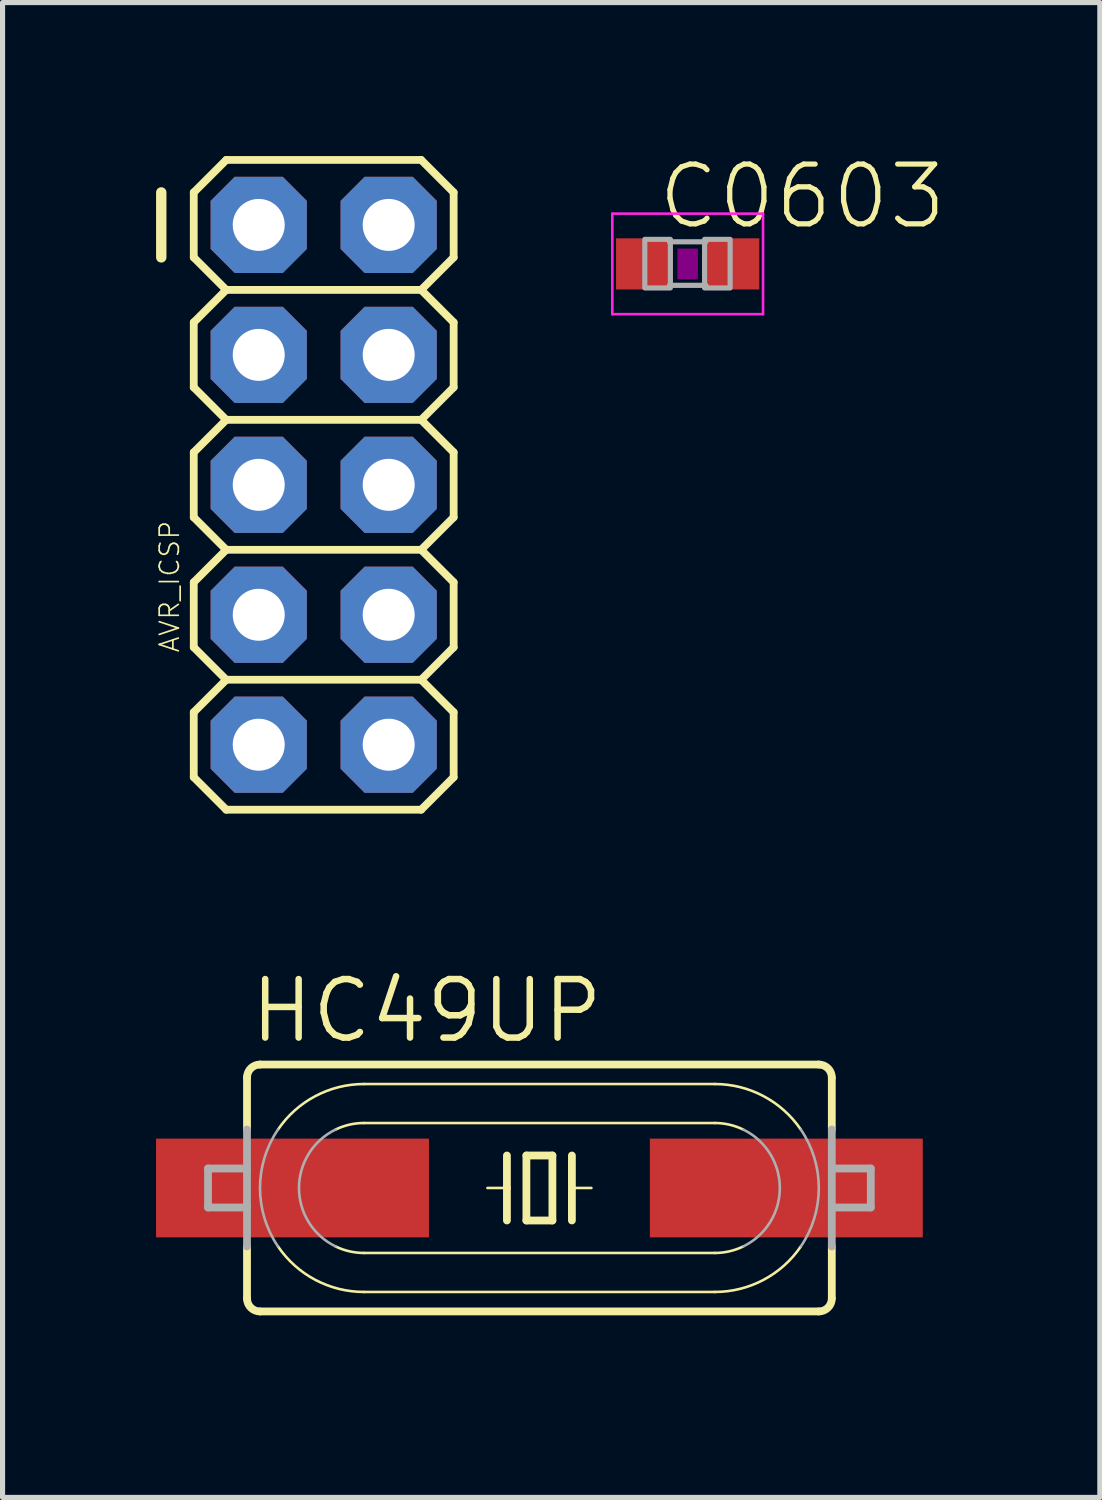
<source format=kicad_pcb>
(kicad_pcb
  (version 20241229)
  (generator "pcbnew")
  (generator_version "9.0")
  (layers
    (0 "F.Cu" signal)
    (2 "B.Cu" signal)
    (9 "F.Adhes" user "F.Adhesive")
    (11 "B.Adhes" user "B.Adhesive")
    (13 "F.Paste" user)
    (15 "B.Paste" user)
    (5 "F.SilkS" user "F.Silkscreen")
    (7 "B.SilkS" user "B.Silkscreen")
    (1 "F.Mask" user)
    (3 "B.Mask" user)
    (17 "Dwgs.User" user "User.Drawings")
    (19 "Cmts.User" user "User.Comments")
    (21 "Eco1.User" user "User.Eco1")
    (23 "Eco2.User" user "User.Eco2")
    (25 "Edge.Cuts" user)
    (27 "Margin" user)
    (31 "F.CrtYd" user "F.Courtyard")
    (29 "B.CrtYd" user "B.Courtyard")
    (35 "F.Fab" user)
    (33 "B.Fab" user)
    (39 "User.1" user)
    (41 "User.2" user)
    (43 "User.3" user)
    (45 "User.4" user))
  (footprint "HC49UP"
    (layer "F.Cu")
    (at 7.493 20.17)
    (property "Reference" "HC49UP" (at -5.715 -2.794 0) (layer "F.SilkS") (effects (font (size 1.143 1.143) (thickness 0.127)) (justify left bottom)))
    (fp_line (start -5.715 -1.143) (end -5.715 -2.159) (stroke (width 0.152) (type solid)) (layer "F.SilkS"))
    (fp_line (start -5.715 2.159) (end -5.715 1.143) (stroke (width 0.152) (type solid)) (layer "F.SilkS"))
    (fp_line (start -3.429 -2.032) (end 3.429 -2.032) (stroke (width 0.051) (type solid)) (layer "F.SilkS"))
    (fp_line (start -3.429 -1.27) (end 3.429 -1.27) (stroke (width 0.051) (type solid)) (layer "F.SilkS"))
    (fp_line (start -0.635 -0.635) (end -0.635 0) (stroke (width 0.152) (type solid)) (layer "F.SilkS"))
    (fp_line (start -0.635 0) (end -1.016 0) (stroke (width 0.051) (type solid)) (layer "F.SilkS"))
    (fp_line (start -0.635 0) (end -0.635 0.635) (stroke (width 0.152) (type solid)) (layer "F.SilkS"))
    (fp_line (start -0.254 -0.635) (end -0.254 0.635) (stroke (width 0.152) (type solid)) (layer "F.SilkS"))
    (fp_line (start -0.254 0.635) (end 0.254 0.635) (stroke (width 0.152) (type solid)) (layer "F.SilkS"))
    (fp_line (start 0.254 -0.635) (end -0.254 -0.635) (stroke (width 0.152) (type solid)) (layer "F.SilkS"))
    (fp_line (start 0.254 0.635) (end 0.254 -0.635) (stroke (width 0.152) (type solid)) (layer "F.SilkS"))
    (fp_line (start 0.635 -0.635) (end 0.635 0) (stroke (width 0.152) (type solid)) (layer "F.SilkS"))
    (fp_line (start 0.635 0) (end 0.635 0.635) (stroke (width 0.152) (type solid)) (layer "F.SilkS"))
    (fp_line (start 0.635 0) (end 1.016 0) (stroke (width 0.051) (type solid)) (layer "F.SilkS"))
    (fp_line (start 3.429 1.27) (end -3.429 1.27) (stroke (width 0.051) (type solid)) (layer "F.SilkS"))
    (fp_line (start 3.429 2.032) (end -3.429 2.032) (stroke (width 0.051) (type solid)) (layer "F.SilkS"))
    (fp_line (start 5.461 -2.413) (end -5.461 -2.413) (stroke (width 0.152) (type solid)) (layer "F.SilkS"))
    (fp_line (start 5.461 2.413) (end -5.461 2.413) (stroke (width 0.152) (type solid)) (layer "F.SilkS"))
    (fp_line (start 5.715 -1.143) (end 5.715 -2.159) (stroke (width 0.152) (type solid)) (layer "F.SilkS"))
    (fp_line (start 5.715 2.159) (end 5.715 1.143) (stroke (width 0.152) (type solid)) (layer "F.SilkS"))
    (fp_arc (start -5.715 -2.159) (mid -5.640605 -2.338605) (end -5.461 -2.413) (stroke (width 0.1524) (type solid)) (layer "F.SilkS"))
    (fp_arc (start -5.461 2.413) (mid -5.640605 2.338605) (end -5.715 2.159) (stroke (width 0.1524) (type solid)) (layer "F.SilkS"))
    (fp_arc (start -5.1091 -1.143) (mid -4.379417 -1.796107) (end -3.429 -2.032101) (stroke (width 0.0508) (type solid)) (layer "F.SilkS"))
    (fp_arc (start -3.9826 -1.143) (mid -3.712991 -1.237845) (end -3.429 -1.27) (stroke (width 0.0508) (type solid)) (layer "F.SilkS"))
    (fp_arc (start -3.429 1.27) (mid -3.712991 1.237845) (end -3.9826 1.143) (stroke (width 0.0508) (type solid)) (layer "F.SilkS"))
    (fp_arc (start -3.429 2.032001) (mid -4.379408 1.796063) (end -5.1091 1.143) (stroke (width 0.0508) (type solid)) (layer "F.SilkS"))
    (fp_arc (start 3.429 -2.032) (mid 4.379408 -1.796062) (end 5.1091 -1.142999) (stroke (width 0.0508) (type solid)) (layer "F.SilkS"))
    (fp_arc (start 3.429 -1.27) (mid 3.712991 -1.237845) (end 3.9826 -1.143) (stroke (width 0.0508) (type solid)) (layer "F.SilkS"))
    (fp_arc (start 3.9826 1.143) (mid 3.712991 1.237845) (end 3.429 1.27) (stroke (width 0.0508) (type solid)) (layer "F.SilkS"))
    (fp_arc (start 5.109 1.142899) (mid 4.379368 1.795994) (end 3.429 2.032) (stroke (width 0.0508) (type solid)) (layer "F.SilkS"))
    (fp_arc (start 5.461 -2.413) (mid 5.640605 -2.338605) (end 5.715 -2.159) (stroke (width 0.1524) (type solid)) (layer "F.SilkS"))
    (fp_arc (start 5.715 2.159) (mid 5.640605 2.338605) (end 5.461 2.413) (stroke (width 0.1524) (type solid)) (layer "F.SilkS"))
    (fp_line (start -6.477 0.381) (end -6.477 -0.381) (stroke (width 0.152) (type solid)) (layer "F.Fab"))
    (fp_line (start -5.715 -0.381) (end -6.477 -0.381) (stroke (width 0.152) (type solid)) (layer "F.Fab"))
    (fp_line (start -5.715 -0.381) (end -5.715 -1.143) (stroke (width 0.152) (type solid)) (layer "F.Fab"))
    (fp_line (start -5.715 0.381) (end -6.477 0.381) (stroke (width 0.152) (type solid)) (layer "F.Fab"))
    (fp_line (start -5.715 0.381) (end -5.715 -0.381) (stroke (width 0.152) (type solid)) (layer "F.Fab"))
    (fp_line (start -5.715 1.143) (end -5.715 0.381) (stroke (width 0.152) (type solid)) (layer "F.Fab"))
    (fp_line (start 5.715 -0.381) (end 6.477 -0.381) (stroke (width 0.152) (type solid)) (layer "F.Fab"))
    (fp_line (start 5.715 0.381) (end 6.477 0.381) (stroke (width 0.152) (type solid)) (layer "F.Fab"))
    (fp_line (start 5.715 1.143) (end 5.715 -1.143) (stroke (width 0.152) (type solid)) (layer "F.Fab"))
    (fp_line (start 6.477 0.381) (end 6.477 -0.381) (stroke (width 0.152) (type solid)) (layer "F.Fab"))
    (fp_arc (start -5.1091 1.143) (mid -5.46104 0) (end -5.1091 -1.143) (stroke (width 0.0508) (type solid)) (layer "F.Fab"))
    (fp_arc (start -3.9826 1.143) (mid -4.699009 0) (end -3.9826 -1.143) (stroke (width 0.0508) (type solid)) (layer "F.Fab"))
    (fp_arc (start 3.9826 -1.143) (mid 4.699009 0) (end 3.9826 1.143) (stroke (width 0.0508) (type solid)) (layer "F.Fab"))
    (fp_arc (start 5.1091 -1.143) (mid 5.46104 0) (end 5.1091 1.143) (stroke (width 0.0508) (type solid)) (layer "F.Fab"))
    (pad "1" smd rect (at -4.826 0) (size 5.334 1.93) (layers "F.Cu" "F.Mask" "F.Paste"))
    (pad "2" smd rect (at 4.826 0) (size 5.334 1.93) (layers "F.Cu" "F.Mask" "F.Paste"))
    (zone (net_name "") (layers "F.Cu" "B.Cu") (hatch edge 0.508) (connect_pads) (min_thickness 0.254) (filled_areas_thickness no) (keepout (tracks allowed) (vias not_allowed) (pads allowed) (copperpour allowed) (footprints allowed)) (placement (enabled no)) (fill) (polygon (pts (xy 0.889 23.218) (xy 14.097 23.218) (xy 14.097 17.122) (xy 0.889 17.122)))))
  (footprint "AVR_ICSP"
    (layer "F.Cu")
    (at 3.277 6.426)
    (property "Reference" "AVR_ICSP" (at -2.794 3.302 90) (layer "F.SilkS") (effects (font (size 0.374 0.374) (thickness 0.033)) (justify left bottom)))
    (fp_line (start -3.175 -5.715) (end -3.175 -4.445) (stroke (width 0.203) (type solid)) (layer "F.SilkS"))
    (fp_line (start -2.54 -5.715) (end -2.54 -4.445) (stroke (width 0.152) (type solid)) (layer "F.SilkS"))
    (fp_line (start -2.54 -4.445) (end -1.905 -3.81) (stroke (width 0.152) (type solid)) (layer "F.SilkS"))
    (fp_line (start -2.54 -3.175) (end -2.54 -1.905) (stroke (width 0.152) (type solid)) (layer "F.SilkS"))
    (fp_line (start -2.54 -1.905) (end -1.905 -1.27) (stroke (width 0.152) (type solid)) (layer "F.SilkS"))
    (fp_line (start -2.54 -0.635) (end -2.54 0.635) (stroke (width 0.152) (type solid)) (layer "F.SilkS"))
    (fp_line (start -2.54 0.635) (end -1.905 1.27) (stroke (width 0.152) (type solid)) (layer "F.SilkS"))
    (fp_line (start -2.54 1.905) (end -2.54 3.175) (stroke (width 0.152) (type solid)) (layer "F.SilkS"))
    (fp_line (start -2.54 3.175) (end -1.905 3.81) (stroke (width 0.152) (type solid)) (layer "F.SilkS"))
    (fp_line (start -2.54 4.445) (end -2.54 5.715) (stroke (width 0.152) (type solid)) (layer "F.SilkS"))
    (fp_line (start -2.54 5.715) (end -1.905 6.35) (stroke (width 0.152) (type solid)) (layer "F.SilkS"))
    (fp_line (start -1.905 -6.35) (end -2.54 -5.715) (stroke (width 0.152) (type solid)) (layer "F.SilkS"))
    (fp_line (start -1.905 -6.35) (end 1.905 -6.35) (stroke (width 0.152) (type solid)) (layer "F.SilkS"))
    (fp_line (start -1.905 -3.81) (end -2.54 -3.175) (stroke (width 0.152) (type solid)) (layer "F.SilkS"))
    (fp_line (start -1.905 -1.27) (end -2.54 -0.635) (stroke (width 0.152) (type solid)) (layer "F.SilkS"))
    (fp_line (start -1.905 1.27) (end -2.54 1.905) (stroke (width 0.152) (type solid)) (layer "F.SilkS"))
    (fp_line (start -1.905 3.81) (end -2.54 4.445) (stroke (width 0.152) (type solid)) (layer "F.SilkS"))
    (fp_line (start 1.905 -6.35) (end 2.54 -5.715) (stroke (width 0.152) (type solid)) (layer "F.SilkS"))
    (fp_line (start 1.905 -3.81) (end -1.905 -3.81) (stroke (width 0.152) (type solid)) (layer "F.SilkS"))
    (fp_line (start 1.905 -3.81) (end 2.54 -3.175) (stroke (width 0.152) (type solid)) (layer "F.SilkS"))
    (fp_line (start 1.905 -1.27) (end -1.905 -1.27) (stroke (width 0.152) (type solid)) (layer "F.SilkS"))
    (fp_line (start 1.905 -1.27) (end 2.54 -0.635) (stroke (width 0.152) (type solid)) (layer "F.SilkS"))
    (fp_line (start 1.905 1.27) (end -1.905 1.27) (stroke (width 0.152) (type solid)) (layer "F.SilkS"))
    (fp_line (start 1.905 1.27) (end 2.54 1.905) (stroke (width 0.152) (type solid)) (layer "F.SilkS"))
    (fp_line (start 1.905 3.81) (end -1.905 3.81) (stroke (width 0.152) (type solid)) (layer "F.SilkS"))
    (fp_line (start 1.905 3.81) (end 2.54 4.445) (stroke (width 0.152) (type solid)) (layer "F.SilkS"))
    (fp_line (start 1.905 6.35) (end -1.905 6.35) (stroke (width 0.152) (type solid)) (layer "F.SilkS"))
    (fp_line (start 2.54 -5.715) (end 2.54 -4.445) (stroke (width 0.152) (type solid)) (layer "F.SilkS"))
    (fp_line (start 2.54 -4.445) (end 1.905 -3.81) (stroke (width 0.152) (type solid)) (layer "F.SilkS"))
    (fp_line (start 2.54 -3.175) (end 2.54 -1.905) (stroke (width 0.152) (type solid)) (layer "F.SilkS"))
    (fp_line (start 2.54 -1.905) (end 1.905 -1.27) (stroke (width 0.152) (type solid)) (layer "F.SilkS"))
    (fp_line (start 2.54 -0.635) (end 2.54 0.635) (stroke (width 0.152) (type solid)) (layer "F.SilkS"))
    (fp_line (start 2.54 0.635) (end 1.905 1.27) (stroke (width 0.152) (type solid)) (layer "F.SilkS"))
    (fp_line (start 2.54 1.905) (end 2.54 3.175) (stroke (width 0.152) (type solid)) (layer "F.SilkS"))
    (fp_line (start 2.54 3.175) (end 1.905 3.81) (stroke (width 0.152) (type solid)) (layer "F.SilkS"))
    (fp_line (start 2.54 4.445) (end 2.54 5.715) (stroke (width 0.152) (type solid)) (layer "F.SilkS"))
    (fp_line (start 2.54 5.715) (end 1.905 6.35) (stroke (width 0.152) (type solid)) (layer "F.SilkS"))
    (fp_poly (pts (xy -1.524 0.254) (xy -1.016 0.254) (xy -1.016 -0.254) (xy -1.524 -0.254)) (stroke (width 0) (type solid)) (fill yes) (layer "F.SilkS"))
    (fp_poly (pts (xy -1.524 -4.826) (xy -1.016 -4.826) (xy -1.016 -5.334) (xy -1.524 -5.334)) (stroke (width 0.1) (type solid)) (fill no) (layer "F.Fab"))
    (fp_poly (pts (xy -1.524 -2.286) (xy -1.016 -2.286) (xy -1.016 -2.794) (xy -1.524 -2.794)) (stroke (width 0.1) (type solid)) (fill no) (layer "F.Fab"))
    (fp_poly (pts (xy -1.524 2.794) (xy -1.016 2.794) (xy -1.016 2.286) (xy -1.524 2.286)) (stroke (width 0.1) (type solid)) (fill no) (layer "F.Fab"))
    (fp_poly (pts (xy -1.524 5.334) (xy -1.016 5.334) (xy -1.016 4.826) (xy -1.524 4.826)) (stroke (width 0.1) (type solid)) (fill no) (layer "F.Fab"))
    (fp_poly (pts (xy 1.016 -4.826) (xy 1.524 -4.826) (xy 1.524 -5.334) (xy 1.016 -5.334)) (stroke (width 0.1) (type solid)) (fill no) (layer "F.Fab"))
    (fp_poly (pts (xy 1.016 -2.286) (xy 1.524 -2.286) (xy 1.524 -2.794) (xy 1.016 -2.794)) (stroke (width 0.1) (type solid)) (fill no) (layer "F.Fab"))
    (fp_poly (pts (xy 1.016 0.254) (xy 1.524 0.254) (xy 1.524 -0.254) (xy 1.016 -0.254)) (stroke (width 0.1) (type solid)) (fill no) (layer "F.Fab"))
    (fp_poly (pts (xy 1.016 2.794) (xy 1.524 2.794) (xy 1.524 2.286) (xy 1.016 2.286)) (stroke (width 0.1) (type solid)) (fill no) (layer "F.Fab"))
    (fp_poly (pts (xy 1.016 5.334) (xy 1.524 5.334) (xy 1.524 4.826) (xy 1.016 4.826)) (stroke (width 0.1) (type solid)) (fill no) (layer "F.Fab"))
    (pad "1" thru_hole roundrect (at -1.27 -5.08 270) (size 1.88 1.88) (drill 1.016) (layers "*.Cu" "*.Mask") (roundrect_rratio 0.25) (chamfer_ratio 0.25) (chamfer top_left top_right bottom_left bottom_right))
    (pad "2" thru_hole roundrect (at 1.27 -5.08 270) (size 1.88 1.88) (drill 1.016) (layers "*.Cu" "*.Mask") (roundrect_rratio 0.25) (chamfer_ratio 0.25) (chamfer top_left top_right bottom_left bottom_right))
    (pad "3" thru_hole roundrect (at -1.27 -2.54 270) (size 1.88 1.88) (drill 1.016) (layers "*.Cu" "*.Mask") (roundrect_rratio 0.25) (chamfer_ratio 0.25) (chamfer top_left top_right bottom_left bottom_right))
    (pad "4" thru_hole roundrect (at 1.27 -2.54 270) (size 1.88 1.88) (drill 1.016) (layers "*.Cu" "*.Mask") (roundrect_rratio 0.25) (chamfer_ratio 0.25) (chamfer top_left top_right bottom_left bottom_right))
    (pad "5" thru_hole roundrect (at -1.27 0 270) (size 1.88 1.88) (drill 1.016) (layers "*.Cu" "*.Mask") (roundrect_rratio 0.25) (chamfer_ratio 0.25) (chamfer top_left top_right bottom_left bottom_right))
    (pad "6" thru_hole roundrect (at 1.27 0 270) (size 1.88 1.88) (drill 1.016) (layers "*.Cu" "*.Mask") (roundrect_rratio 0.25) (chamfer_ratio 0.25) (chamfer top_left top_right bottom_left bottom_right))
    (pad "7" thru_hole roundrect (at -1.27 2.54 270) (size 1.88 1.88) (drill 1.016) (layers "*.Cu" "*.Mask") (roundrect_rratio 0.25) (chamfer_ratio 0.25) (chamfer top_left top_right bottom_left bottom_right))
    (pad "8" thru_hole roundrect (at 1.27 2.54 270) (size 1.88 1.88) (drill 1.016) (layers "*.Cu" "*.Mask") (roundrect_rratio 0.25) (chamfer_ratio 0.25) (chamfer top_left top_right bottom_left bottom_right))
    (pad "9" thru_hole roundrect (at -1.27 5.08 270) (size 1.88 1.88) (drill 1.016) (layers "*.Cu" "*.Mask") (roundrect_rratio 0.25) (chamfer_ratio 0.25) (chamfer top_left top_right bottom_left bottom_right))
    (pad "10" thru_hole roundrect (at 1.27 5.08 270) (size 1.88 1.88) (drill 1.016) (layers "*.Cu" "*.Mask") (roundrect_rratio 0.25) (chamfer_ratio 0.25) (chamfer top_left top_right bottom_left bottom_right)))
  (footprint "C0603"
    (layer "F.Cu")
    (at 10.391 2.108)
    (property "Reference" "C0603" (at -0.635 -0.635 0) (layer "F.SilkS") (effects (font (size 1.168 1.168) (thickness 0.102)) (justify left bottom)))
    (fp_poly (pts (xy -0.2 0.3) (xy 0.2 0.3) (xy 0.2 -0.3) (xy -0.2 -0.3)) (stroke (width 0) (type solid)) (fill yes) (layer "F.Adhes"))
    (fp_line (start -1.473 -0.983) (end 1.473 -0.983) (stroke (width 0.051) (type solid)) (layer "F.CrtYd"))
    (fp_line (start -1.473 0.983) (end -1.473 -0.983) (stroke (width 0.051) (type solid)) (layer "F.CrtYd"))
    (fp_line (start 1.473 -0.983) (end 1.473 0.983) (stroke (width 0.051) (type solid)) (layer "F.CrtYd"))
    (fp_line (start 1.473 0.983) (end -1.473 0.983) (stroke (width 0.051) (type solid)) (layer "F.CrtYd"))
    (fp_line (start -0.356 -0.432) (end 0.356 -0.432) (stroke (width 0.102) (type solid)) (layer "F.Fab"))
    (fp_line (start -0.356 0.419) (end 0.356 0.419) (stroke (width 0.102) (type solid)) (layer "F.Fab"))
    (fp_poly (pts (xy -0.838 0.47) (xy -0.338 0.47) (xy -0.338 -0.48) (xy -0.838 -0.48)) (stroke (width 0.1) (type solid)) (fill no) (layer "F.Fab"))
    (fp_poly (pts (xy 0.33 0.47) (xy 0.83 0.47) (xy 0.83 -0.48) (xy 0.33 -0.48)) (stroke (width 0.1) (type solid)) (fill no) (layer "F.Fab"))
    (pad "1" smd rect (at -0.85 0) (size 1.1 1) (layers "F.Cu" "F.Mask" "F.Paste"))
    (pad "2" smd rect (at 0.85 0) (size 1.1 1) (layers "F.Cu" "F.Mask" "F.Paste")))
  (gr_rect
    (start -3 -3)
    (end 18.447 26.218)
    (stroke (width 0.1) (type default))
    (fill no)
    (layer "Edge.Cuts")))
</source>
